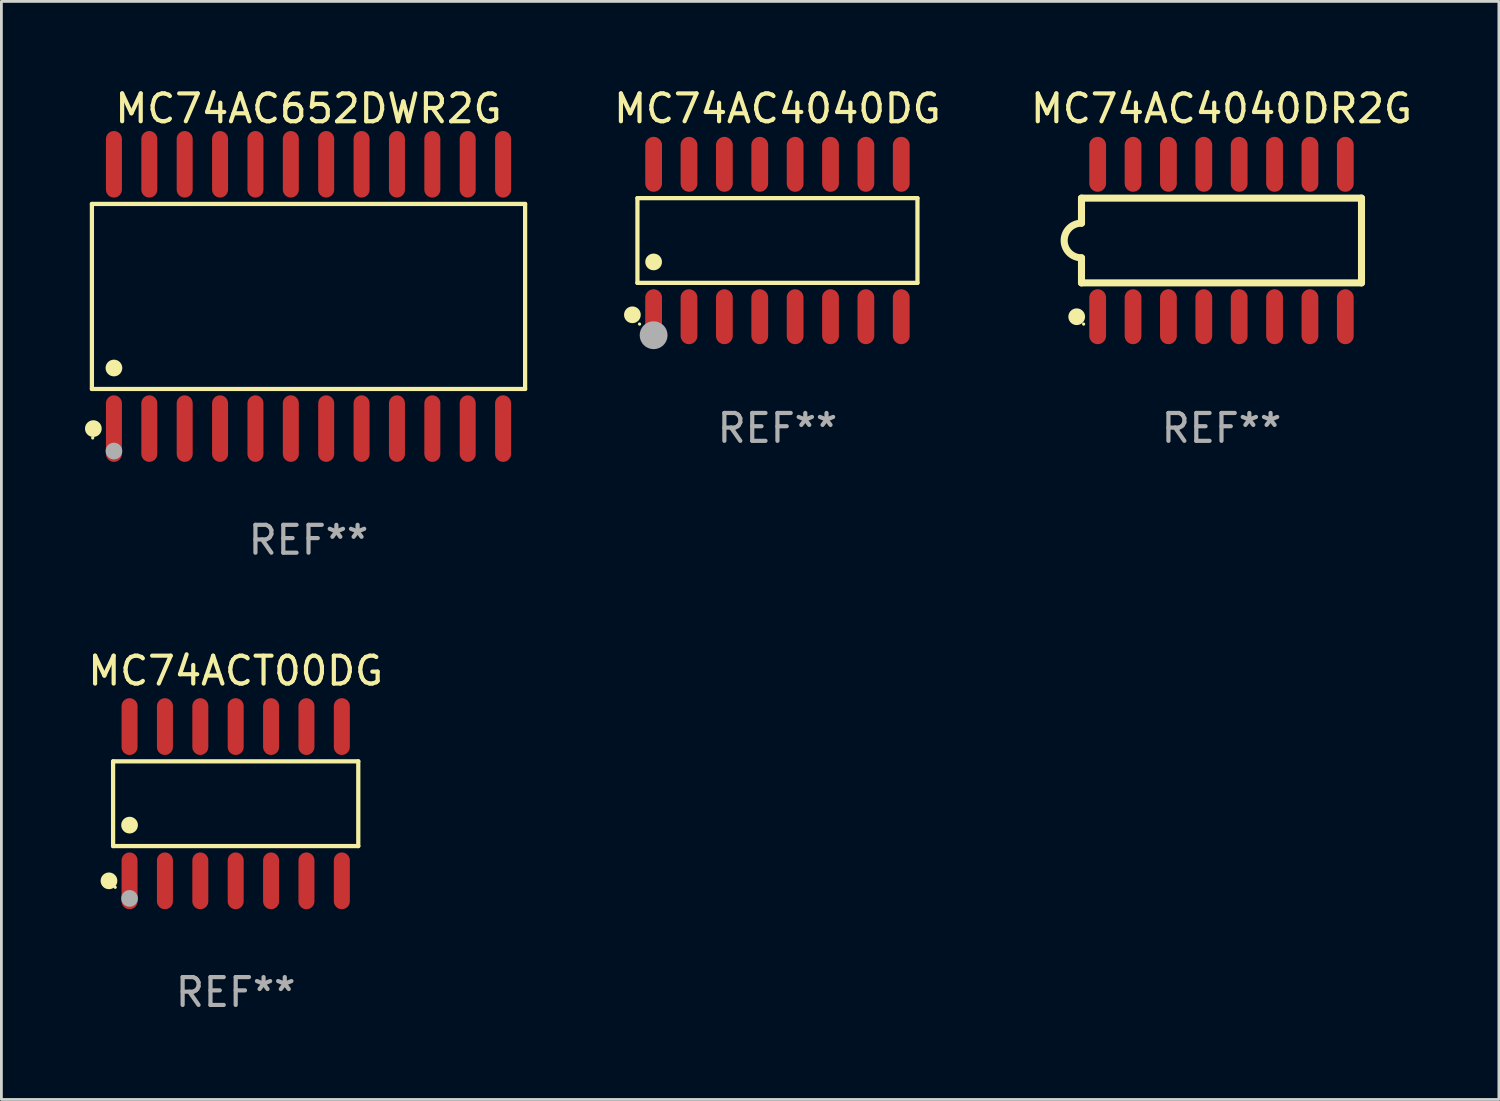
<source format=kicad_pcb>
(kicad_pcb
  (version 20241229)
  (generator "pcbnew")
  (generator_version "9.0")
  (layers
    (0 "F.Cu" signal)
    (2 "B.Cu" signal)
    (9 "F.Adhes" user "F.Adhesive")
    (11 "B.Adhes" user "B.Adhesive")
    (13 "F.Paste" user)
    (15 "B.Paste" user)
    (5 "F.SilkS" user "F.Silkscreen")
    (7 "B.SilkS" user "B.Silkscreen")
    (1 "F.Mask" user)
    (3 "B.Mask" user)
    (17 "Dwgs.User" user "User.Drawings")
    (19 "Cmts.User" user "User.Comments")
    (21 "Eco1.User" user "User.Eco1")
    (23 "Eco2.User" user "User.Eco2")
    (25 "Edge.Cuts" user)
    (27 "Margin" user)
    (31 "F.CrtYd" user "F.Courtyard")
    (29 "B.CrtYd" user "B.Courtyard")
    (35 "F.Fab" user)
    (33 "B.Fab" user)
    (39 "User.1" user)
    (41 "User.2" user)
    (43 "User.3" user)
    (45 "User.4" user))
  (footprint "MC74ACT00DG"
    (layer "F.Cu")
    (at 5.411 25.802)
    (property "Reference" "MC74ACT00DG" (at 0 -4.769 0) (layer "F.SilkS") (effects (font (size 1 1) (thickness 0.15))))
    (attr through_hole)
    (fp_line (start -4.401 -1.521) (end 4.401 -1.521) (stroke (width 0.152) (type solid)) (layer "F.SilkS"))
    (fp_line (start -4.401 1.521) (end -4.401 -1.521) (stroke (width 0.152) (type solid)) (layer "F.SilkS"))
    (fp_line (start 4.401 -1.521) (end 4.401 1.521) (stroke (width 0.152) (type solid)) (layer "F.SilkS"))
    (fp_line (start 4.401 1.521) (end -4.401 1.521) (stroke (width 0.152) (type solid)) (layer "F.SilkS"))
    (fp_circle (center -4.549 2.769) (end -4.399 2.769) (stroke (width 0.3) (type solid)) (fill no) (layer "F.SilkS"))
    (fp_circle (center -4.325 3) (end -4.295 3) (stroke (width 0.06) (type solid)) (fill no) (layer "F.SilkS"))
    (fp_circle (center -3.81 0.769) (end -3.66 0.769) (stroke (width 0.3) (type solid)) (fill no) (layer "F.SilkS"))
    (fp_circle (center -3.81 3.4) (end -3.66 3.4) (stroke (width 0.3) (type solid)) (fill no) (layer "F.Fab"))
    (fp_text user "REF**" (at 0 6.769 0) (layer "F.Fab") (effects (font (size 1 1) (thickness 0.15))))
    (pad "1" smd oval (at -3.81 2.769) (size 0.574 2.038) (layers "F.Cu" "F.Mask" "F.Paste"))
    (pad "2" smd oval (at -2.54 2.769) (size 0.574 2.038) (layers "F.Cu" "F.Mask" "F.Paste"))
    (pad "3" smd oval (at -1.27 2.769) (size 0.574 2.038) (layers "F.Cu" "F.Mask" "F.Paste"))
    (pad "4" smd oval (at 0 2.769) (size 0.574 2.038) (layers "F.Cu" "F.Mask" "F.Paste"))
    (pad "5" smd oval (at 1.27 2.769) (size 0.574 2.038) (layers "F.Cu" "F.Mask" "F.Paste"))
    (pad "6" smd oval (at 2.54 2.769) (size 0.574 2.038) (layers "F.Cu" "F.Mask" "F.Paste"))
    (pad "7" smd oval (at 3.81 2.769) (size 0.574 2.038) (layers "F.Cu" "F.Mask" "F.Paste"))
    (pad "8" smd oval (at 3.81 -2.769) (size 0.574 2.038) (layers "F.Cu" "F.Mask" "F.Paste"))
    (pad "9" smd oval (at 2.54 -2.769) (size 0.574 2.038) (layers "F.Cu" "F.Mask" "F.Paste"))
    (pad "10" smd oval (at 1.27 -2.769) (size 0.574 2.038) (layers "F.Cu" "F.Mask" "F.Paste"))
    (pad "11" smd oval (at 0 -2.769) (size 0.574 2.038) (layers "F.Cu" "F.Mask" "F.Paste"))
    (pad "12" smd oval (at -1.27 -2.769) (size 0.574 2.038) (layers "F.Cu" "F.Mask" "F.Paste"))
    (pad "13" smd oval (at -2.54 -2.769) (size 0.574 2.038) (layers "F.Cu" "F.Mask" "F.Paste"))
    (pad "14" smd oval (at -3.81 -2.769) (size 0.574 2.038) (layers "F.Cu" "F.Mask" "F.Paste")))
  (footprint "MC74AC652DWR2G"
    (layer "F.Cu")
    (at 8.025 7.592)
    (property "Reference" "MC74AC652DWR2G" (at 0 -6.744 0) (layer "F.SilkS") (effects (font (size 1 1) (thickness 0.15))))
    (attr through_hole)
    (fp_line (start -7.776 -3.321) (end 7.776 -3.321) (stroke (width 0.152) (type solid)) (layer "F.SilkS"))
    (fp_line (start -7.776 3.321) (end -7.776 -3.321) (stroke (width 0.152) (type solid)) (layer "F.SilkS"))
    (fp_line (start 7.776 -3.321) (end 7.776 3.321) (stroke (width 0.152) (type solid)) (layer "F.SilkS"))
    (fp_line (start 7.776 3.321) (end -7.776 3.321) (stroke (width 0.152) (type solid)) (layer "F.SilkS"))
    (fp_circle (center -7.747 5.08) (end -7.717 5.08) (stroke (width 0.06) (type solid)) (fill no) (layer "F.SilkS"))
    (fp_circle (center -7.724 4.744) (end -7.574 4.744) (stroke (width 0.3) (type solid)) (fill no) (layer "F.SilkS"))
    (fp_circle (center -6.985 2.569) (end -6.835 2.569) (stroke (width 0.3) (type solid)) (fill no) (layer "F.SilkS"))
    (fp_circle (center -6.985 5.55) (end -6.835 5.55) (stroke (width 0.3) (type solid)) (fill no) (layer "F.Fab"))
    (fp_text user "REF**" (at 0 8.744 0) (layer "F.Fab") (effects (font (size 1 1) (thickness 0.15))))
    (pad "1" smd oval (at -6.985 4.744) (size 0.574 2.388) (layers "F.Cu" "F.Mask" "F.Paste"))
    (pad "2" smd oval (at -5.715 4.744) (size 0.574 2.388) (layers "F.Cu" "F.Mask" "F.Paste"))
    (pad "3" smd oval (at -4.445 4.744) (size 0.574 2.388) (layers "F.Cu" "F.Mask" "F.Paste"))
    (pad "4" smd oval (at -3.175 4.744) (size 0.574 2.388) (layers "F.Cu" "F.Mask" "F.Paste"))
    (pad "5" smd oval (at -1.905 4.744) (size 0.574 2.388) (layers "F.Cu" "F.Mask" "F.Paste"))
    (pad "6" smd oval (at -0.635 4.744) (size 0.574 2.388) (layers "F.Cu" "F.Mask" "F.Paste"))
    (pad "7" smd oval (at 0.635 4.744) (size 0.574 2.388) (layers "F.Cu" "F.Mask" "F.Paste"))
    (pad "8" smd oval (at 1.905 4.744) (size 0.574 2.388) (layers "F.Cu" "F.Mask" "F.Paste"))
    (pad "9" smd oval (at 3.175 4.744) (size 0.574 2.388) (layers "F.Cu" "F.Mask" "F.Paste"))
    (pad "10" smd oval (at 4.445 4.744) (size 0.574 2.388) (layers "F.Cu" "F.Mask" "F.Paste"))
    (pad "11" smd oval (at 5.715 4.744) (size 0.574 2.388) (layers "F.Cu" "F.Mask" "F.Paste"))
    (pad "12" smd oval (at 6.985 4.744) (size 0.574 2.388) (layers "F.Cu" "F.Mask" "F.Paste"))
    (pad "13" smd oval (at 6.985 -4.744) (size 0.574 2.388) (layers "F.Cu" "F.Mask" "F.Paste"))
    (pad "14" smd oval (at 5.715 -4.744) (size 0.574 2.388) (layers "F.Cu" "F.Mask" "F.Paste"))
    (pad "15" smd oval (at 4.445 -4.744) (size 0.574 2.388) (layers "F.Cu" "F.Mask" "F.Paste"))
    (pad "16" smd oval (at 3.175 -4.744) (size 0.574 2.388) (layers "F.Cu" "F.Mask" "F.Paste"))
    (pad "17" smd oval (at 1.905 -4.744) (size 0.574 2.388) (layers "F.Cu" "F.Mask" "F.Paste"))
    (pad "18" smd oval (at 0.635 -4.744) (size 0.574 2.388) (layers "F.Cu" "F.Mask" "F.Paste"))
    (pad "19" smd oval (at -0.635 -4.744) (size 0.574 2.388) (layers "F.Cu" "F.Mask" "F.Paste"))
    (pad "20" smd oval (at -1.905 -4.744) (size 0.574 2.388) (layers "F.Cu" "F.Mask" "F.Paste"))
    (pad "21" smd oval (at -3.175 -4.744) (size 0.574 2.388) (layers "F.Cu" "F.Mask" "F.Paste"))
    (pad "22" smd oval (at -4.445 -4.744) (size 0.574 2.388) (layers "F.Cu" "F.Mask" "F.Paste"))
    (pad "23" smd oval (at -5.715 -4.744) (size 0.574 2.388) (layers "F.Cu" "F.Mask" "F.Paste"))
    (pad "24" smd oval (at -6.985 -4.744) (size 0.574 2.388) (layers "F.Cu" "F.Mask" "F.Paste")))
  (footprint "MC74AC4040DG"
    (layer "F.Cu")
    (at 24.859 5.584)
    (property "Reference" "MC74AC4040DG" (at 0 -4.736 0) (layer "F.SilkS") (effects (font (size 1 1) (thickness 0.15))))
    (attr through_hole)
    (fp_line (start -5.026 -1.521) (end 5.026 -1.521) (stroke (width 0.152) (type solid)) (layer "F.SilkS"))
    (fp_line (start -5.026 1.521) (end -5.026 -1.521) (stroke (width 0.152) (type solid)) (layer "F.SilkS"))
    (fp_line (start 5.026 -1.521) (end 5.026 1.521) (stroke (width 0.152) (type solid)) (layer "F.SilkS"))
    (fp_line (start 5.026 1.521) (end -5.026 1.521) (stroke (width 0.152) (type solid)) (layer "F.SilkS"))
    (fp_circle (center -5.207 2.667) (end -5.057 2.667) (stroke (width 0.3) (type solid)) (fill no) (layer "F.SilkS"))
    (fp_circle (center -4.95 3) (end -4.92 3) (stroke (width 0.06) (type solid)) (fill no) (layer "F.SilkS"))
    (fp_circle (center -4.445 0.769) (end -4.295 0.769) (stroke (width 0.3) (type solid)) (fill no) (layer "F.SilkS"))
    (fp_circle (center -4.445 3.4) (end -4.195 3.4) (stroke (width 0.5) (type solid)) (fill no) (layer "F.Fab"))
    (fp_text user "REF**" (at 0 6.736 0) (layer "F.Fab") (effects (font (size 1 1) (thickness 0.15))))
    (pad "1" smd oval (at -4.445 2.736) (size 0.602 1.971) (layers "F.Cu" "F.Mask" "F.Paste"))
    (pad "2" smd oval (at -3.175 2.736) (size 0.602 1.971) (layers "F.Cu" "F.Mask" "F.Paste"))
    (pad "3" smd oval (at -1.905 2.736) (size 0.602 1.971) (layers "F.Cu" "F.Mask" "F.Paste"))
    (pad "4" smd oval (at -0.635 2.736) (size 0.602 1.971) (layers "F.Cu" "F.Mask" "F.Paste"))
    (pad "5" smd oval (at 0.635 2.736) (size 0.602 1.971) (layers "F.Cu" "F.Mask" "F.Paste"))
    (pad "6" smd oval (at 1.905 2.736) (size 0.602 1.971) (layers "F.Cu" "F.Mask" "F.Paste"))
    (pad "7" smd oval (at 3.175 2.736) (size 0.602 1.971) (layers "F.Cu" "F.Mask" "F.Paste"))
    (pad "8" smd oval (at 4.445 2.736) (size 0.602 1.971) (layers "F.Cu" "F.Mask" "F.Paste"))
    (pad "9" smd oval (at 4.445 -2.736) (size 0.602 1.971) (layers "F.Cu" "F.Mask" "F.Paste"))
    (pad "10" smd oval (at 3.175 -2.736) (size 0.602 1.971) (layers "F.Cu" "F.Mask" "F.Paste"))
    (pad "11" smd oval (at 1.905 -2.736) (size 0.602 1.971) (layers "F.Cu" "F.Mask" "F.Paste"))
    (pad "12" smd oval (at 0.635 -2.736) (size 0.602 1.971) (layers "F.Cu" "F.Mask" "F.Paste"))
    (pad "13" smd oval (at -0.635 -2.736) (size 0.602 1.971) (layers "F.Cu" "F.Mask" "F.Paste"))
    (pad "14" smd oval (at -1.905 -2.736) (size 0.602 1.971) (layers "F.Cu" "F.Mask" "F.Paste"))
    (pad "15" smd oval (at -3.175 -2.736) (size 0.602 1.971) (layers "F.Cu" "F.Mask" "F.Paste"))
    (pad "16" smd oval (at -4.445 -2.736) (size 0.602 1.971) (layers "F.Cu" "F.Mask" "F.Paste")))
  (footprint "MC74AC4040DR2G"
    (layer "F.Cu")
    (at 40.8 5.584)
    (property "Reference" "MC74AC4040DR2G" (at 0 -4.736 0) (layer "F.SilkS") (effects (font (size 1 1) (thickness 0.15))))
    (attr through_hole)
    (fp_line (start -5.026 -1.521) (end -5.026 -0.621) (stroke (width 0.254) (type solid)) (layer "F.SilkS"))
    (fp_line (start -5.026 -1.521) (end 5.026 -1.521) (stroke (width 0.254) (type solid)) (layer "F.SilkS"))
    (fp_line (start -5.026 1.521) (end -5.026 0.621) (stroke (width 0.254) (type solid)) (layer "F.SilkS"))
    (fp_line (start 5.026 -1.521) (end 5.026 1.521) (stroke (width 0.254) (type solid)) (layer "F.SilkS"))
    (fp_line (start 5.026 1.521) (end -5.026 1.521) (stroke (width 0.254) (type solid)) (layer "F.SilkS"))
    (fp_arc (start -5.026187 0.621387) (mid -5.647752 -0.000787) (end -5.025781 -0.622555) (stroke (width 0.254001) (type solid)) (layer "F.SilkS"))
    (fp_circle (center -5.198 2.736) (end -5.048 2.736) (stroke (width 0.3) (type solid)) (fill no) (layer "F.SilkS"))
    (fp_circle (center -4.95 3) (end -4.92 3) (stroke (width 0.06) (type solid)) (fill no) (layer "F.SilkS"))
    (fp_text user "REF**" (at 0 6.736 0) (layer "F.Fab") (effects (font (size 1 1) (thickness 0.15))))
    (pad "1" smd oval (at -4.445 2.736) (size 0.602 1.971) (layers "F.Cu" "F.Mask" "F.Paste"))
    (pad "2" smd oval (at -3.175 2.736) (size 0.602 1.971) (layers "F.Cu" "F.Mask" "F.Paste"))
    (pad "3" smd oval (at -1.905 2.736) (size 0.602 1.971) (layers "F.Cu" "F.Mask" "F.Paste"))
    (pad "4" smd oval (at -0.635 2.736) (size 0.602 1.971) (layers "F.Cu" "F.Mask" "F.Paste"))
    (pad "5" smd oval (at 0.635 2.736) (size 0.602 1.971) (layers "F.Cu" "F.Mask" "F.Paste"))
    (pad "6" smd oval (at 1.905 2.736) (size 0.602 1.971) (layers "F.Cu" "F.Mask" "F.Paste"))
    (pad "7" smd oval (at 3.175 2.736) (size 0.602 1.971) (layers "F.Cu" "F.Mask" "F.Paste"))
    (pad "8" smd oval (at 4.445 2.736) (size 0.602 1.971) (layers "F.Cu" "F.Mask" "F.Paste"))
    (pad "9" smd oval (at 4.445 -2.736) (size 0.602 1.971) (layers "F.Cu" "F.Mask" "F.Paste"))
    (pad "10" smd oval (at 3.175 -2.736) (size 0.602 1.971) (layers "F.Cu" "F.Mask" "F.Paste"))
    (pad "11" smd oval (at 1.905 -2.736) (size 0.602 1.971) (layers "F.Cu" "F.Mask" "F.Paste"))
    (pad "12" smd oval (at 0.635 -2.736) (size 0.602 1.971) (layers "F.Cu" "F.Mask" "F.Paste"))
    (pad "13" smd oval (at -0.635 -2.736) (size 0.602 1.971) (layers "F.Cu" "F.Mask" "F.Paste"))
    (pad "14" smd oval (at -1.905 -2.736) (size 0.602 1.971) (layers "F.Cu" "F.Mask" "F.Paste"))
    (pad "15" smd oval (at -3.175 -2.736) (size 0.602 1.971) (layers "F.Cu" "F.Mask" "F.Paste"))
    (pad "16" smd oval (at -4.445 -2.736) (size 0.602 1.971) (layers "F.Cu" "F.Mask" "F.Paste")))
  (gr_rect
    (start -3 -3)
    (end 50.758 36.419)
    (stroke (width 0.1) (type default))
    (fill no)
    (layer "Edge.Cuts")))
</source>
